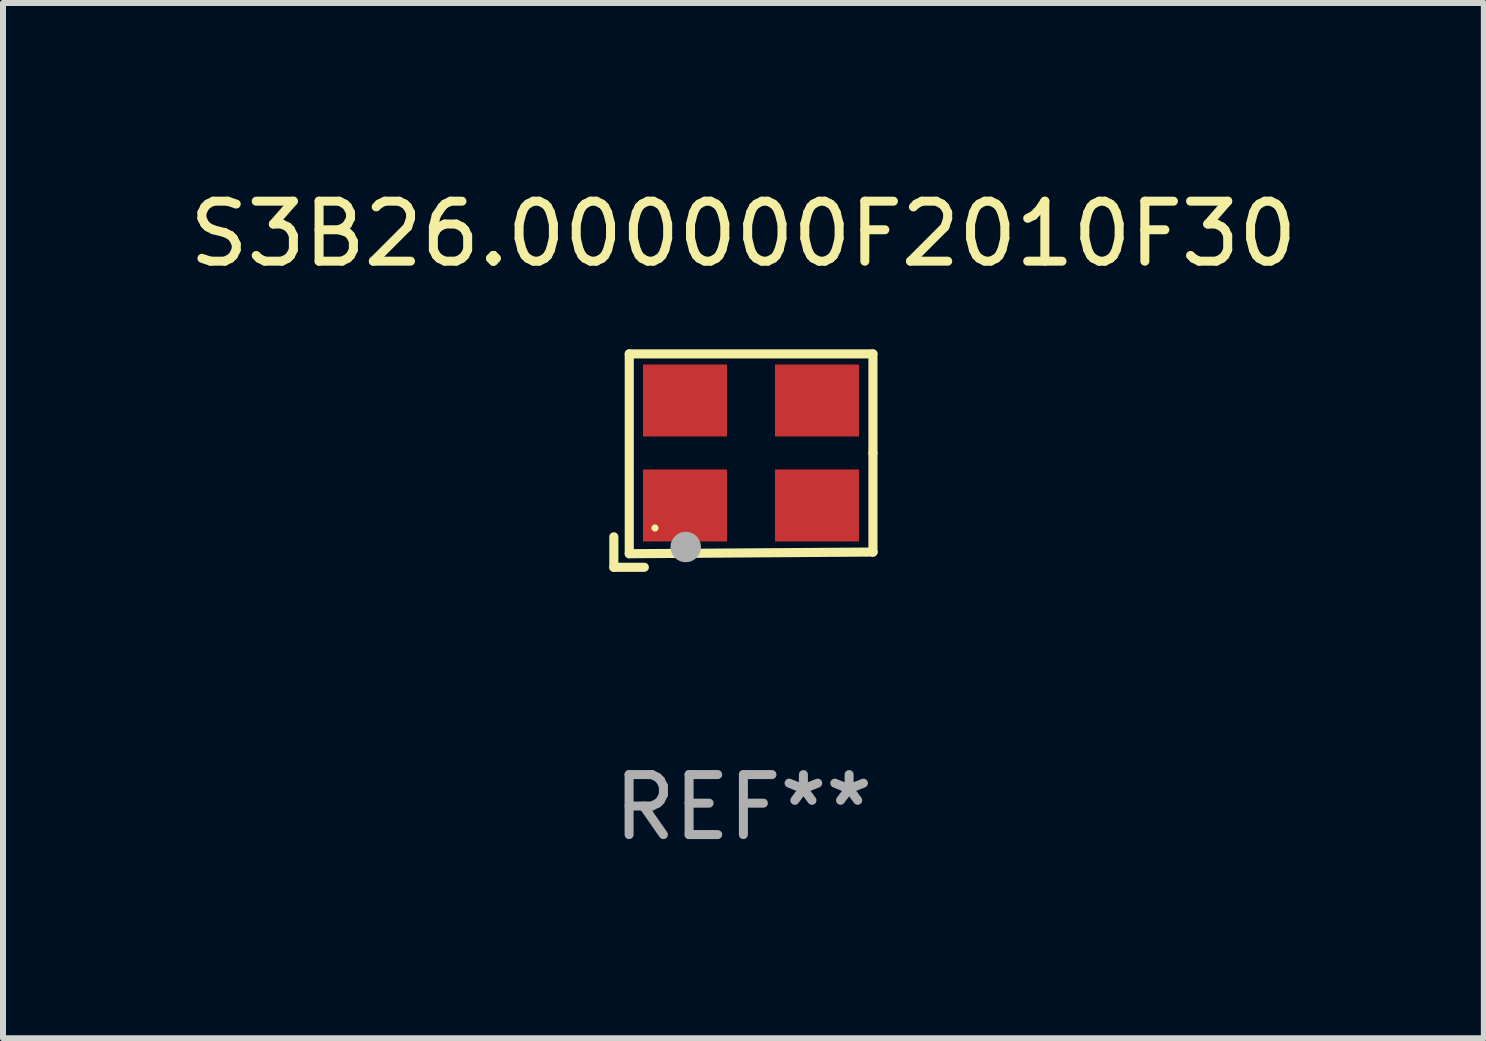
<source format=kicad_pcb>
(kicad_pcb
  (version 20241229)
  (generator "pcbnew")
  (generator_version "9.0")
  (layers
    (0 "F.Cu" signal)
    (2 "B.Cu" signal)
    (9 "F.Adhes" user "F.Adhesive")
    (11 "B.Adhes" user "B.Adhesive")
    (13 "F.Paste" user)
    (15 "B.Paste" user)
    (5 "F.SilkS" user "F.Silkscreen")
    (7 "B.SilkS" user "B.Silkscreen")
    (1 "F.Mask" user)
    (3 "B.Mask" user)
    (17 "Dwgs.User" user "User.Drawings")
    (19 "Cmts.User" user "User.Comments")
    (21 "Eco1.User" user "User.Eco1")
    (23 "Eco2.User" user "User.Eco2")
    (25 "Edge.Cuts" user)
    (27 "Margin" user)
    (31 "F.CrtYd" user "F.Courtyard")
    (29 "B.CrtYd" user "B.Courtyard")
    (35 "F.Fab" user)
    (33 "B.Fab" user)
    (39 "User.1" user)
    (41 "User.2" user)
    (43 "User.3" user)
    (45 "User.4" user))
  (footprint "S3B26.000000F2010F30"
    (layer "F.Cu")
    (at 9.339 4.626)
    (property "Reference" "S3B26.000000F2010F30" (at 0 -3.778 0) (layer "F.SilkS") (effects (font (size 1 1) (thickness 0.15))))
    (attr through_hole)
    (fp_line (start -2.159 1.27) (end -2.159 1.778) (stroke (width 0.152) (type solid)) (layer "F.SilkS"))
    (fp_line (start -2.159 1.778) (end -1.651 1.778) (stroke (width 0.152) (type solid)) (layer "F.SilkS"))
    (fp_line (start -1.902 -1.778) (end 2.159 -1.778) (stroke (width 0.152) (type solid)) (layer "F.SilkS"))
    (fp_line (start -1.902 1.552) (end -1.902 -1.778) (stroke (width 0.152) (type solid)) (layer "F.SilkS"))
    (fp_line (start 2.159 -1.778) (end 2.159 -0.127) (stroke (width 0.152) (type solid)) (layer "F.SilkS"))
    (fp_line (start 2.159 -0.127) (end 2.159 1.524) (stroke (width 0.152) (type solid)) (layer "F.SilkS"))
    (fp_line (start 2.159 1.524) (end -1.902 1.552) (stroke (width 0.152) (type solid)) (layer "F.SilkS"))
    (fp_line (start 2.159 1.524) (end 2.159 1.524) (stroke (width 0.152) (type solid)) (layer "F.SilkS"))
    (fp_circle (center -1.473 1.123) (end -1.443 1.123) (stroke (width 0.06) (type solid)) (fill no) (layer "F.SilkS"))
    (fp_circle (center -0.961 1.44) (end -0.834 1.44) (stroke (width 0.254) (type solid)) (fill no) (layer "F.Fab"))
    (fp_text user "REF**" (at 0 5.778 0) (layer "F.Fab") (effects (font (size 1 1) (thickness 0.15))))
    (pad "1" smd rect (at -0.973 0.748) (size 1.4 1.2) (layers "F.Cu" "F.Mask" "F.Paste"))
    (pad "2" smd rect (at 1.227 0.748) (size 1.4 1.2) (layers "F.Cu" "F.Mask" "F.Paste"))
    (pad "3" smd rect (at 1.227 -1.002) (size 1.4 1.2) (layers "F.Cu" "F.Mask" "F.Paste"))
    (pad "4" smd rect (at -0.973 -1.002) (size 1.4 1.2) (layers "F.Cu" "F.Mask" "F.Paste")))
  (gr_rect
    (start -3 -3)
    (end 21.679 14.253)
    (stroke (width 0.1) (type default))
    (fill no)
    (layer "Edge.Cuts")))
</source>
